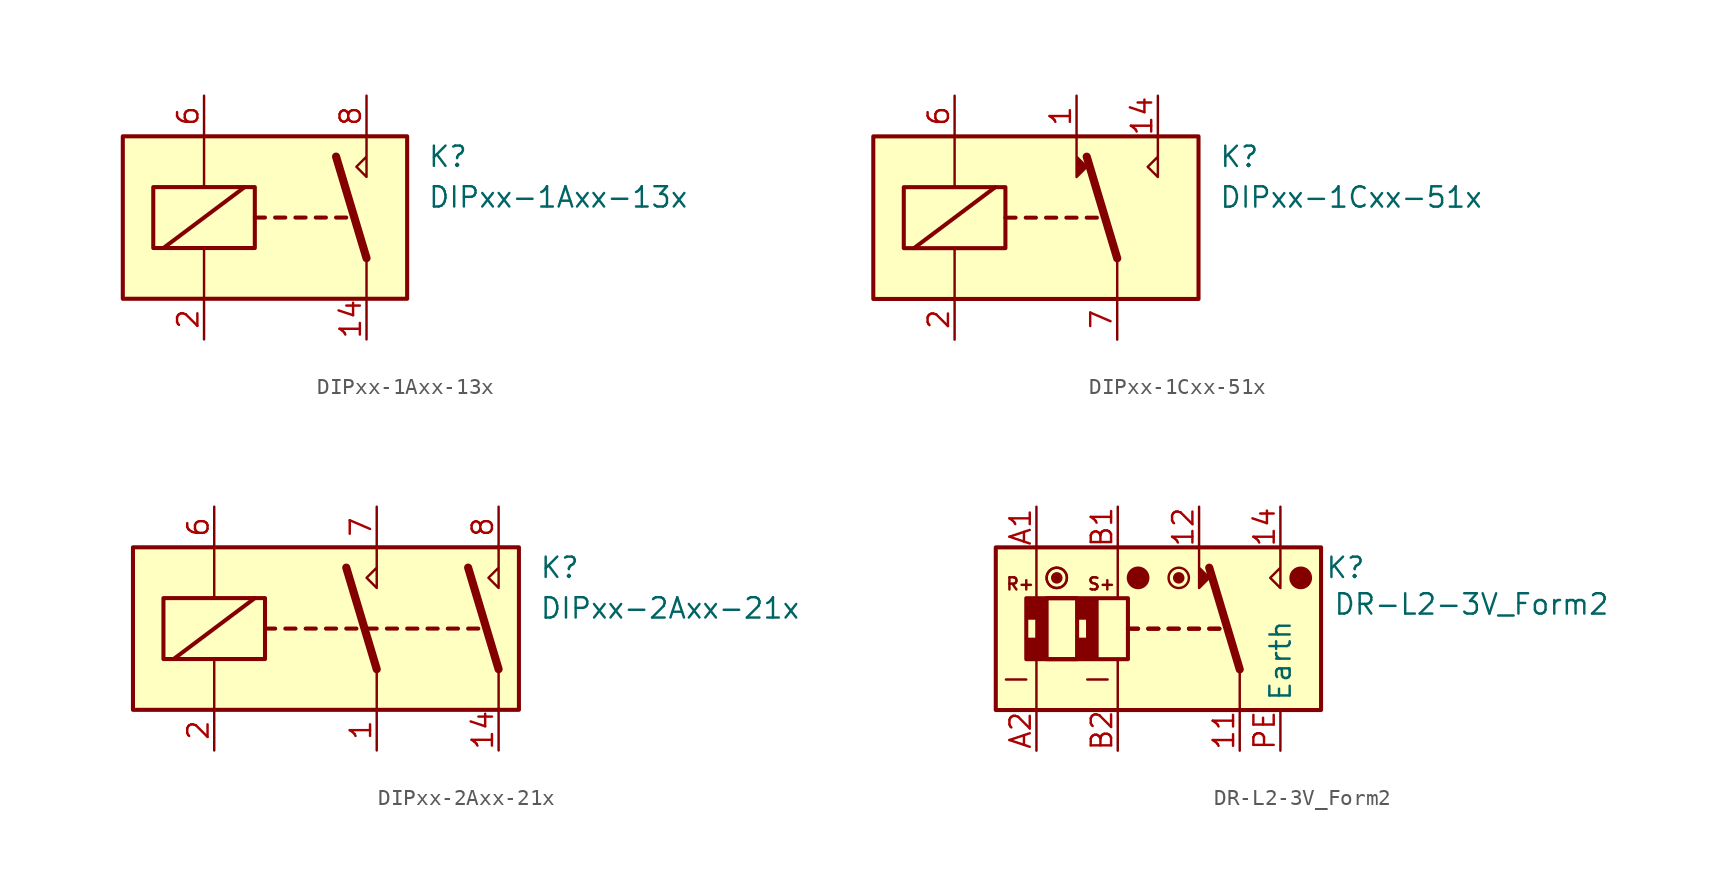
<source format=kicad_sym>
(kicad_symbol_lib
  (version 20231120)
  (generator "kicad_symbol_editor")
  (generator_version "8.0")
  (symbol "DIPxx-1Axx-13x"
    (property "Reference" "K"
      (at 8.89 3.81 0)
      (effects (font (size 1.27 1.27)) (justify left)))
    (property "Value" "DIPxx-1Axx-13x"
      (at 8.89 1.27 0)
      (effects (font (size 1.27 1.27)) (justify left)))
    (symbol "DIPxx-1Axx-13x_0_0"
      (polyline (pts (xy 5.08 5.08) (xy 5.08 2.54) (xy 4.445 3.175) (xy 5.08 3.81)) (stroke (width 0) (type default)) (fill (type none))))
    (symbol "DIPxx-1Axx-13x_0_1"
      (rectangle (start -10.16 5.08) (end 7.62 -5.08) (stroke (width 0.254) (type default)) (fill (type background)))
      (rectangle (start -8.255 1.905) (end -1.905 -1.905) (stroke (width 0.254) (type default)) (fill (type none)))
      (polyline (pts (xy -7.62 -1.905) (xy -2.54 1.905)) (stroke (width 0.254) (type default)) (fill (type none)))
      (polyline (pts (xy -5.08 -5.08) (xy -5.08 -1.905)) (stroke (width 0) (type default)) (fill (type none)))
      (polyline (pts (xy -5.08 5.08) (xy -5.08 1.905)) (stroke (width 0) (type default)) (fill (type none)))
      (polyline (pts (xy -1.905 0) (xy -1.27 0)) (stroke (width 0.254) (type default)) (fill (type none)))
      (polyline (pts (xy -0.635 0) (xy 0 0)) (stroke (width 0.254) (type default)) (fill (type none)))
      (polyline (pts (xy 0.635 0) (xy 1.27 0)) (stroke (width 0.254) (type default)) (fill (type none)))
      (polyline (pts (xy 1.905 0) (xy 2.54 0)) (stroke (width 0.254) (type default)) (fill (type none)))
      (polyline (pts (xy 3.175 0) (xy 3.81 0)) (stroke (width 0.254) (type default)) (fill (type none)))
      (polyline (pts (xy 5.08 -2.54) (xy 3.175 3.81)) (stroke (width 0.508) (type default)) (fill (type none)))
      (polyline (pts (xy 5.08 -2.54) (xy 5.08 -5.08)) (stroke (width 0) (type default)) (fill (type none))))
    (symbol "DIPxx-1Axx-13x_1_1"
      (pin passive line (at 5.08 -7.62 90) (length 2.54) (name "~" (effects (font (size 1.27 1.27)))) (number "14" (effects (font (size 1.27 1.27)))))
      (pin passive line (at -5.08 -7.62 90) (length 2.54) (name "~" (effects (font (size 1.27 1.27)))) (number "2" (effects (font (size 1.27 1.27)))))
      (pin passive line (at -5.08 7.62 270) (length 2.54) (name "~" (effects (font (size 1.27 1.27)))) (number "6" (effects (font (size 1.27 1.27)))))
      (pin passive line (at 5.08 7.62 270) (length 2.54) (name "~" (effects (font (size 1.27 1.27)))) (number "8" (effects (font (size 1.27 1.27)))))))
  (symbol "DIPxx-1Cxx-51x"
    (property "Reference" "K"
      (at 11.43 3.81 0)
      (effects (font (size 1.27 1.27)) (justify left)))
    (property "Value" "DIPxx-1Cxx-51x"
      (at 11.43 1.27 0)
      (effects (font (size 1.27 1.27)) (justify left)))
    (symbol "DIPxx-1Cxx-51x_0_0"
      (polyline (pts (xy 2.54 5.08) (xy 2.54 2.54) (xy 3.175 3.175) (xy 2.54 3.81)) (stroke (width 0) (type default)) (fill (type outline)))
      (polyline (pts (xy 7.62 5.08) (xy 7.62 2.54) (xy 6.985 3.175) (xy 7.62 3.81)) (stroke (width 0) (type default)) (fill (type none))))
    (symbol "DIPxx-1Cxx-51x_0_1"
      (rectangle (start -10.16 5.08) (end 10.16 -5.08) (stroke (width 0.254) (type default)) (fill (type background)))
      (rectangle (start -8.255 1.905) (end -1.905 -1.905) (stroke (width 0.254) (type default)) (fill (type none)))
      (polyline (pts (xy -7.62 -1.905) (xy -2.54 1.905)) (stroke (width 0.254) (type default)) (fill (type none)))
      (polyline (pts (xy -5.08 -5.08) (xy -5.08 -1.905)) (stroke (width 0) (type default)) (fill (type none)))
      (polyline (pts (xy -5.08 5.08) (xy -5.08 1.905)) (stroke (width 0) (type default)) (fill (type none)))
      (polyline (pts (xy -1.905 0) (xy -1.27 0)) (stroke (width 0.254) (type default)) (fill (type none)))
      (polyline (pts (xy -0.635 0) (xy 0 0)) (stroke (width 0.254) (type default)) (fill (type none)))
      (polyline (pts (xy 0.635 0) (xy 1.27 0)) (stroke (width 0.254) (type default)) (fill (type none)))
      (polyline (pts (xy 1.905 0) (xy 2.54 0)) (stroke (width 0.254) (type default)) (fill (type none)))
      (polyline (pts (xy 3.175 0) (xy 3.81 0)) (stroke (width 0.254) (type default)) (fill (type none)))
      (polyline (pts (xy 5.08 -2.54) (xy 3.175 3.81)) (stroke (width 0.508) (type default)) (fill (type none)))
      (polyline (pts (xy 5.08 -2.54) (xy 5.08 -5.08)) (stroke (width 0) (type default)) (fill (type none))))
    (symbol "DIPxx-1Cxx-51x_1_1"
      (pin passive line (at 2.54 7.62 270) (length 2.54) (name "~" (effects (font (size 1.27 1.27)))) (number "1" (effects (font (size 1.27 1.27)))))
      (pin passive line (at 7.62 7.62 270) (length 2.54) (name "~" (effects (font (size 1.27 1.27)))) (number "14" (effects (font (size 1.27 1.27)))))
      (pin passive line (at -5.08 -7.62 90) (length 2.54) (name "~" (effects (font (size 1.27 1.27)))) (number "2" (effects (font (size 1.27 1.27)))))
      (pin passive line (at -5.08 7.62 270) (length 2.54) (name "~" (effects (font (size 1.27 1.27)))) (number "6" (effects (font (size 1.27 1.27)))))
      (pin passive line (at 5.08 -7.62 90) (length 2.54) (name "~" (effects (font (size 1.27 1.27)))) (number "7" (effects (font (size 1.27 1.27)))))
      (pin passive line (at 5.08 -7.62 90) (length 2.54) hide (name "~" (effects (font (size 1.27 1.27)))) (number "8" (effects (font (size 1.27 1.27)))))))
  (symbol "DIPxx-2Axx-21x"
    (property "Reference" "K"
      (at 12.7 3.81 0)
      (effects (font (size 1.27 1.27)) (justify left)))
    (property "Value" "DIPxx-2Axx-21x"
      (at 12.7 1.27 0)
      (effects (font (size 1.27 1.27)) (justify left)))
    (symbol "DIPxx-2Axx-21x_0_0"
      (polyline (pts (xy 2.54 5.08) (xy 2.54 2.54) (xy 1.905 3.175) (xy 2.54 3.81)) (stroke (width 0) (type default)) (fill (type none)))
      (polyline (pts (xy 10.16 5.08) (xy 10.16 2.54) (xy 9.525 3.175) (xy 10.16 3.81)) (stroke (width 0) (type default)) (fill (type none))))
    (symbol "DIPxx-2Axx-21x_0_1"
      (rectangle (start -12.7 5.08) (end 11.43 -5.08) (stroke (width 0.254) (type default)) (fill (type background)))
      (rectangle (start -10.795 1.905) (end -4.445 -1.905) (stroke (width 0.254) (type default)) (fill (type none)))
      (polyline (pts (xy -10.16 -1.905) (xy -5.08 1.905)) (stroke (width 0.254) (type default)) (fill (type none)))
      (polyline (pts (xy -7.62 -5.08) (xy -7.62 -1.905)) (stroke (width 0) (type default)) (fill (type none)))
      (polyline (pts (xy -7.62 5.08) (xy -7.62 1.905)) (stroke (width 0) (type default)) (fill (type none)))
      (polyline (pts (xy -4.445 0) (xy -3.81 0)) (stroke (width 0.254) (type default)) (fill (type none)))
      (polyline (pts (xy -3.175 0) (xy -2.54 0)) (stroke (width 0.254) (type default)) (fill (type none)))
      (polyline (pts (xy -1.905 0) (xy -1.27 0)) (stroke (width 0.254) (type default)) (fill (type none)))
      (polyline (pts (xy -0.635 0) (xy 0 0)) (stroke (width 0.254) (type default)) (fill (type none)))
      (polyline (pts (xy 0.635 0) (xy 1.27 0)) (stroke (width 0.254) (type default)) (fill (type none)))
      (polyline (pts (xy 1.905 0) (xy 2.54 0)) (stroke (width 0.254) (type default)) (fill (type none)))
      (polyline (pts (xy 2.54 -2.54) (xy 0.635 3.81)) (stroke (width 0.508) (type default)) (fill (type none)))
      (polyline (pts (xy 2.54 -2.54) (xy 2.54 -5.08)) (stroke (width 0) (type default)) (fill (type none)))
      (polyline (pts (xy 3.175 0) (xy 3.81 0)) (stroke (width 0.254) (type default)) (fill (type none)))
      (polyline (pts (xy 4.445 0) (xy 5.08 0)) (stroke (width 0.254) (type default)) (fill (type none)))
      (polyline (pts (xy 5.715 0) (xy 6.35 0)) (stroke (width 0.254) (type default)) (fill (type none)))
      (polyline (pts (xy 6.985 0) (xy 7.62 0)) (stroke (width 0.254) (type default)) (fill (type none)))
      (polyline (pts (xy 8.255 0) (xy 8.89 0)) (stroke (width 0.254) (type default)) (fill (type none)))
      (polyline (pts (xy 10.16 -2.54) (xy 8.255 3.81)) (stroke (width 0.508) (type default)) (fill (type none)))
      (polyline (pts (xy 10.16 -2.54) (xy 10.16 -5.08)) (stroke (width 0) (type default)) (fill (type none))))
    (symbol "DIPxx-2Axx-21x_1_1"
      (pin passive line (at 2.54 -7.62 90) (length 2.54) (name "~" (effects (font (size 1.27 1.27)))) (number "1" (effects (font (size 1.27 1.27)))))
      (pin passive line (at 10.16 -7.62 90) (length 2.54) (name "~" (effects (font (size 1.27 1.27)))) (number "14" (effects (font (size 1.27 1.27)))))
      (pin passive line (at -7.62 -7.62 90) (length 2.54) (name "~" (effects (font (size 1.27 1.27)))) (number "2" (effects (font (size 1.27 1.27)))))
      (pin passive line (at -7.62 7.62 270) (length 2.54) (name "~" (effects (font (size 1.27 1.27)))) (number "6" (effects (font (size 1.27 1.27)))))
      (pin passive line (at 2.54 7.62 270) (length 2.54) (name "~" (effects (font (size 1.27 1.27)))) (number "7" (effects (font (size 1.27 1.27)))))
      (pin passive line (at 10.16 7.62 270) (length 2.54) (name "~" (effects (font (size 1.27 1.27)))) (number "8" (effects (font (size 1.27 1.27)))))))
  (symbol "DR-L2-3V_Form2"
    (property "Reference" "K"
      (at 11.684 3.81 0)
      (effects (font (size 1.27 1.27))))
    (property "Value" "DR-L2-3V_Form2"
      (at 19.558 1.524 0)
      (effects (font (size 1.27 1.27))))
    (symbol "DR-L2-3V_Form2_0_0"
      (polyline (pts (xy 2.54 5.08) (xy 2.54 2.54) (xy 3.175 3.175) (xy 2.54 3.81)) (stroke (width 0) (type default)) (fill (type outline)))
      (polyline (pts (xy 7.62 5.08) (xy 7.62 2.54) (xy 6.985 3.175) (xy 7.62 3.81)) (stroke (width 0) (type default)) (fill (type none))))
    (symbol "DR-L2-3V_Form2_0_1"
      (circle (center -6.35 3.175) (radius 0.284) (stroke (width 0) (type default)) (fill (type outline)))
      (circle (center -6.35 3.175) (radius 0.635) (stroke (width 0) (type default)) (fill (type none)))
      (circle (center -6.35 3.175) (radius 0.635) (stroke (width 0) (type default)) (fill (type none)))
      (circle (center -1.27 3.175) (radius 0.635) (stroke (width 0) (type default)) (fill (type outline)))
      (polyline (pts (xy -8.255 -3.175) (xy -9.525 -3.175)) (stroke (width 0) (type default)) (fill (type none)))
      (polyline (pts (xy -7.62 -5.08) (xy -7.62 -1.905)) (stroke (width 0) (type default)) (fill (type none)))
      (polyline (pts (xy -7.62 5.08) (xy -7.62 1.905)) (stroke (width 0) (type default)) (fill (type none)))
      (polyline (pts (xy -3.175 -3.175) (xy -4.445 -3.175)) (stroke (width 0) (type default)) (fill (type none)))
      (polyline (pts (xy -2.54 -5.08) (xy -2.54 -1.905)) (stroke (width 0) (type default)) (fill (type none)))
      (polyline (pts (xy -2.54 5.08) (xy -2.54 1.905)) (stroke (width 0) (type default)) (fill (type none)))
      (polyline (pts (xy -1.905 0) (xy -1.27 0)) (stroke (width 0.254) (type default)) (fill (type none)))
      (polyline (pts (xy -1.905 0) (xy -1.27 0)) (stroke (width 0.254) (type default)) (fill (type none)))
      (polyline (pts (xy -0.635 0) (xy 0 0)) (stroke (width 0.254) (type default)) (fill (type none)))
      (polyline (pts (xy -0.635 0) (xy 0 0)) (stroke (width 0.254) (type default)) (fill (type none)))
      (polyline (pts (xy 0.635 0) (xy 1.27 0)) (stroke (width 0.254) (type default)) (fill (type none)))
      (polyline (pts (xy 0.635 0) (xy 1.27 0)) (stroke (width 0.254) (type default)) (fill (type none)))
      (polyline (pts (xy 1.905 0) (xy 2.54 0)) (stroke (width 0.254) (type default)) (fill (type none)))
      (polyline (pts (xy 1.905 0) (xy 2.54 0)) (stroke (width 0.254) (type default)) (fill (type none)))
      (polyline (pts (xy 3.175 0) (xy 3.81 0)) (stroke (width 0.254) (type default)) (fill (type none)))
      (polyline (pts (xy 3.175 0) (xy 3.81 0)) (stroke (width 0.254) (type default)) (fill (type none)))
      (polyline (pts (xy 5.08 -2.54) (xy 3.175 3.81)) (stroke (width 0.508) (type default)) (fill (type none)))
      (polyline (pts (xy 5.08 -2.54) (xy 5.08 -5.08)) (stroke (width 0) (type default)) (fill (type none)))
      (circle (center 1.27 3.175) (radius 0.284) (stroke (width 0) (type default)) (fill (type outline)))
      (circle (center 1.27 3.175) (radius 0.635) (stroke (width 0) (type default)) (fill (type none)))
      (circle (center 8.89 3.175) (radius 0.635) (stroke (width 0) (type default)) (fill (type outline))))
    (symbol "DR-L2-3V_Form2_1_0"
      (text "R+" (at -8.636 2.794 0) (effects (font (size 0.762 0.762))))
      (text "S+" (at -3.556 2.794 0) (effects (font (size 0.762 0.762)))))
    (symbol "DR-L2-3V_Form2_1_1"
      (rectangle (start -10.16 5.08) (end 10.16 -5.08) (stroke (width 0.254) (type default)) (fill (type background)))
      (rectangle (start -8.255 1.905) (end -1.905 -1.905) (stroke (width 0.254) (type default)) (fill (type none)))
      (rectangle (start -6.985 1.905) (end -5.08 -1.905) (stroke (width 0.254) (type default)) (fill (type none)))
      (polyline (pts (xy -8.255 0.635) (xy -7.62 0.635) (xy -7.62 -0.635) (xy -8.255 -0.635) (xy -8.255 -1.905) (xy -6.985 -1.905) (xy -6.985 1.905) (xy -8.255 1.905) (xy -8.255 0.635)) (stroke (width 0) (type default)) (fill (type outline)))
      (polyline (pts (xy -5.08 0.635) (xy -4.445 0.635) (xy -4.445 -0.635) (xy -5.08 -0.635) (xy -5.08 -1.905) (xy -3.81 -1.905) (xy -3.81 1.905) (xy -5.08 1.905) (xy -5.08 0.635)) (stroke (width 0) (type default)) (fill (type outline)))
      (pin passive line (at 5.08 -7.62 90) (length 2.54) (name "~" (effects (font (size 1.27 1.27)))) (number "11" (effects (font (size 1.27 1.27)))))
      (pin passive line (at 2.54 7.62 270) (length 2.54) (name "~" (effects (font (size 1.27 1.27)))) (number "12" (effects (font (size 1.27 1.27)))))
      (pin passive line (at 7.62 7.62 270) (length 2.54) (name "~" (effects (font (size 1.27 1.27)))) (number "14" (effects (font (size 1.27 1.27)))))
      (pin passive line (at -7.62 7.62 270) (length 2.54) (name "~" (effects (font (size 1.27 1.27)))) (number "A1" (effects (font (size 1.27 1.27)))))
      (pin passive line (at -7.62 -7.62 90) (length 2.54) (name "~" (effects (font (size 1.27 1.27)))) (number "A2" (effects (font (size 1.27 1.27)))))
      (pin passive line (at -2.54 7.62 270) (length 2.54) (name "~" (effects (font (size 1.27 1.27)))) (number "B1" (effects (font (size 1.27 1.27)))))
      (pin passive line (at -2.54 -7.62 90) (length 2.54) (name "~" (effects (font (size 1.27 1.27)))) (number "B2" (effects (font (size 1.27 1.27)))))
      (pin passive line (at 7.62 -7.62 90) (length 2.54) (name "Earth" (effects (font (size 1.27 1.27)))) (number "PE" (effects (font (size 1.27 1.27))))))))
</source>
